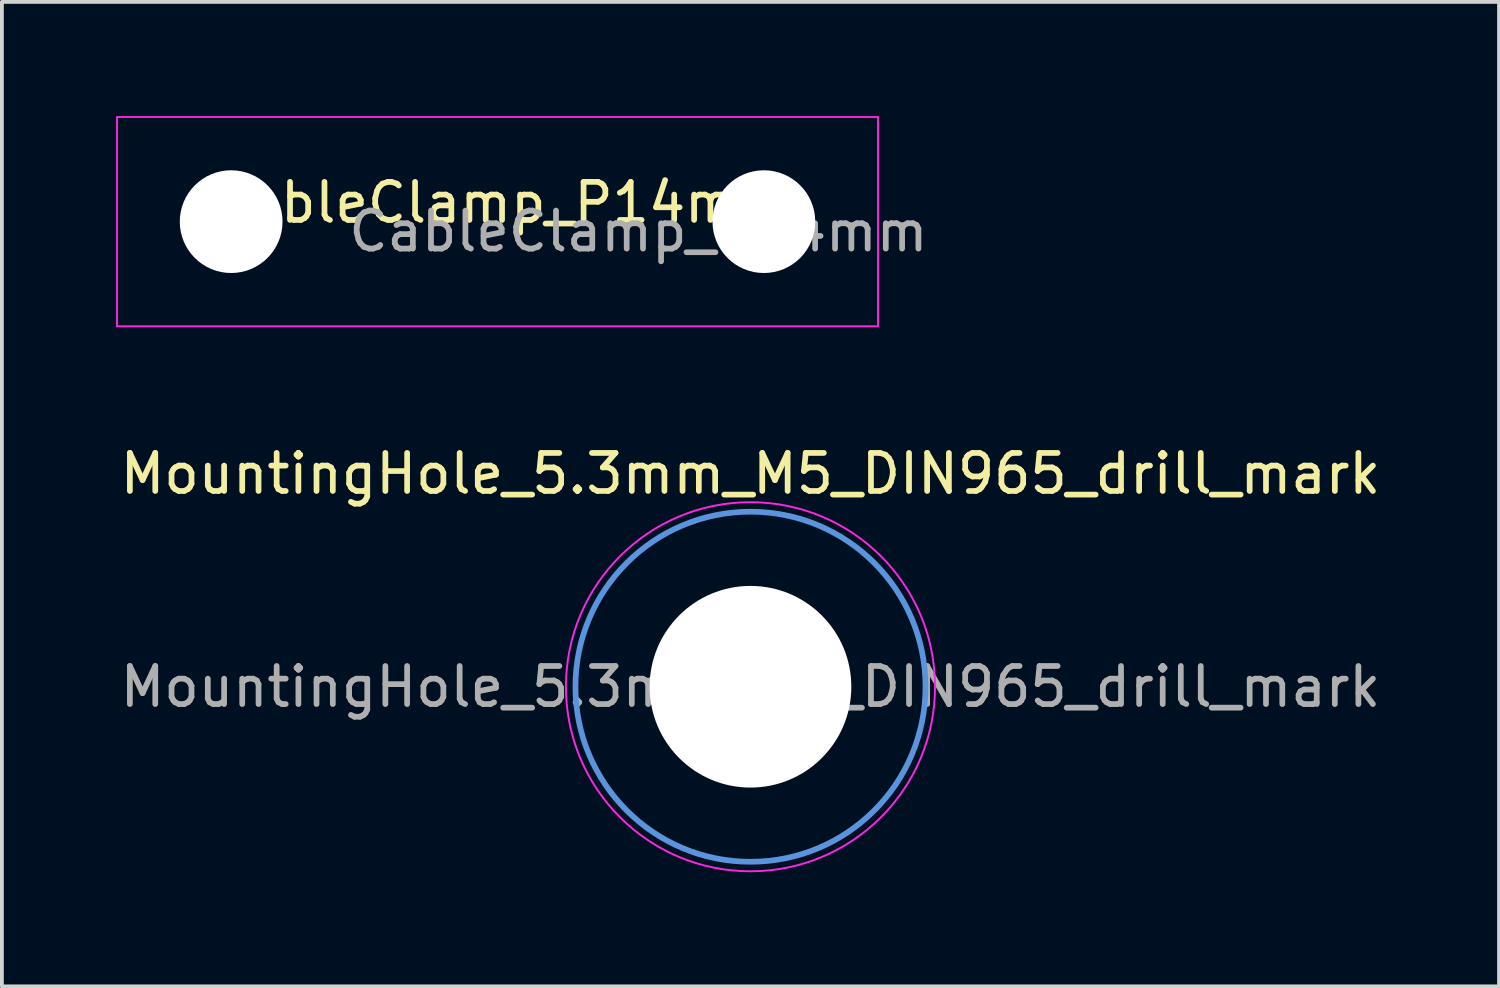
<source format=kicad_pcb>
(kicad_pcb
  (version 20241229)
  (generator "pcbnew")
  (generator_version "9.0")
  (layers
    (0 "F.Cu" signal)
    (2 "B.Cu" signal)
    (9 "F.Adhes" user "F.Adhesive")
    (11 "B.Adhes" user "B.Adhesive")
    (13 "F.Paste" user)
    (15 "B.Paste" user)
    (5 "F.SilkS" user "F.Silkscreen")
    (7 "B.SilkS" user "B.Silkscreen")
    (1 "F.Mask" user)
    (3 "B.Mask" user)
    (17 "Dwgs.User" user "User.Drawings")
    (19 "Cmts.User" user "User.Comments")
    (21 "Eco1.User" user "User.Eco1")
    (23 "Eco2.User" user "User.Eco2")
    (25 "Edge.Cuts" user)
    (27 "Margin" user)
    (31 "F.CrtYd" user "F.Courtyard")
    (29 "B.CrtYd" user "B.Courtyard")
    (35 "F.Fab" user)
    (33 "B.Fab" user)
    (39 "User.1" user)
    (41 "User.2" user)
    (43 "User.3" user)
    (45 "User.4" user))
  (footprint "MountingHole_5.3mm_M5_DIN965_drill_mark"
    (layer "F.Cu")
    (at 16.673 14.998)
    (property "Reference" "MountingHole_5.3mm_M5_DIN965_drill_mark" (at 0 -5.6 0) (layer "F.SilkS") (effects (font (size 1 1) (thickness 0.15))))
    (attr exclude_from_pos_files exclude_from_bom)
    (fp_circle (center 0 0) (end 4.6 0) (stroke (width 0.15) (type solid)) (fill no) (layer "Cmts.User"))
    (fp_circle (center 0 0) (end 4.85 0) (stroke (width 0.05) (type solid)) (fill no) (layer "F.CrtYd"))
    (fp_circle (center 0 0) (end 0.254 0) (stroke (width 0.12) (type solid)) (fill no) (layer "User.1"))
    (fp_text user "${REFERENCE}" (at 0 0 0) (layer "F.Fab") (effects (font (size 1 1) (thickness 0.15))))
    (pad "" np_thru_hole circle (at 0 0) (size 5.3 5.3) (drill 5.3) (layers "*.Cu" "*.Mask")))
  (footprint "CableClamp_P14mm"
    (layer "F.Cu")
    (at 10.025 2.775)
    (property "Reference" "CableClamp_P14mm" (at 0 -0.5 0) (unlocked yes) (layer "F.SilkS") (effects (font (size 1 1) (thickness 0.15))))
    (attr through_hole)
    (fp_rect (start -10 -2.75) (end 10 2.75) (stroke (width 0.05) (type default)) (fill no) (layer "F.CrtYd"))
    (fp_text user "${REFERENCE}" (at 3.704 0.254 0) (unlocked yes) (layer "F.Fab") (effects (font (size 1 1) (thickness 0.15))))
    (pad "" np_thru_hole circle (at -7 0) (size 2.7 2.7) (drill 2.7) (layers "*.Cu" "*.Mask"))
    (pad "" np_thru_hole circle (at 7 0) (size 2.7 2.7) (drill 2.7) (layers "*.Cu" "*.Mask")))
  (gr_rect
    (start -3 -3)
    (end 36.345 22.873)
    (stroke (width 0.1) (type default))
    (fill no)
    (layer "Edge.Cuts")))
</source>
